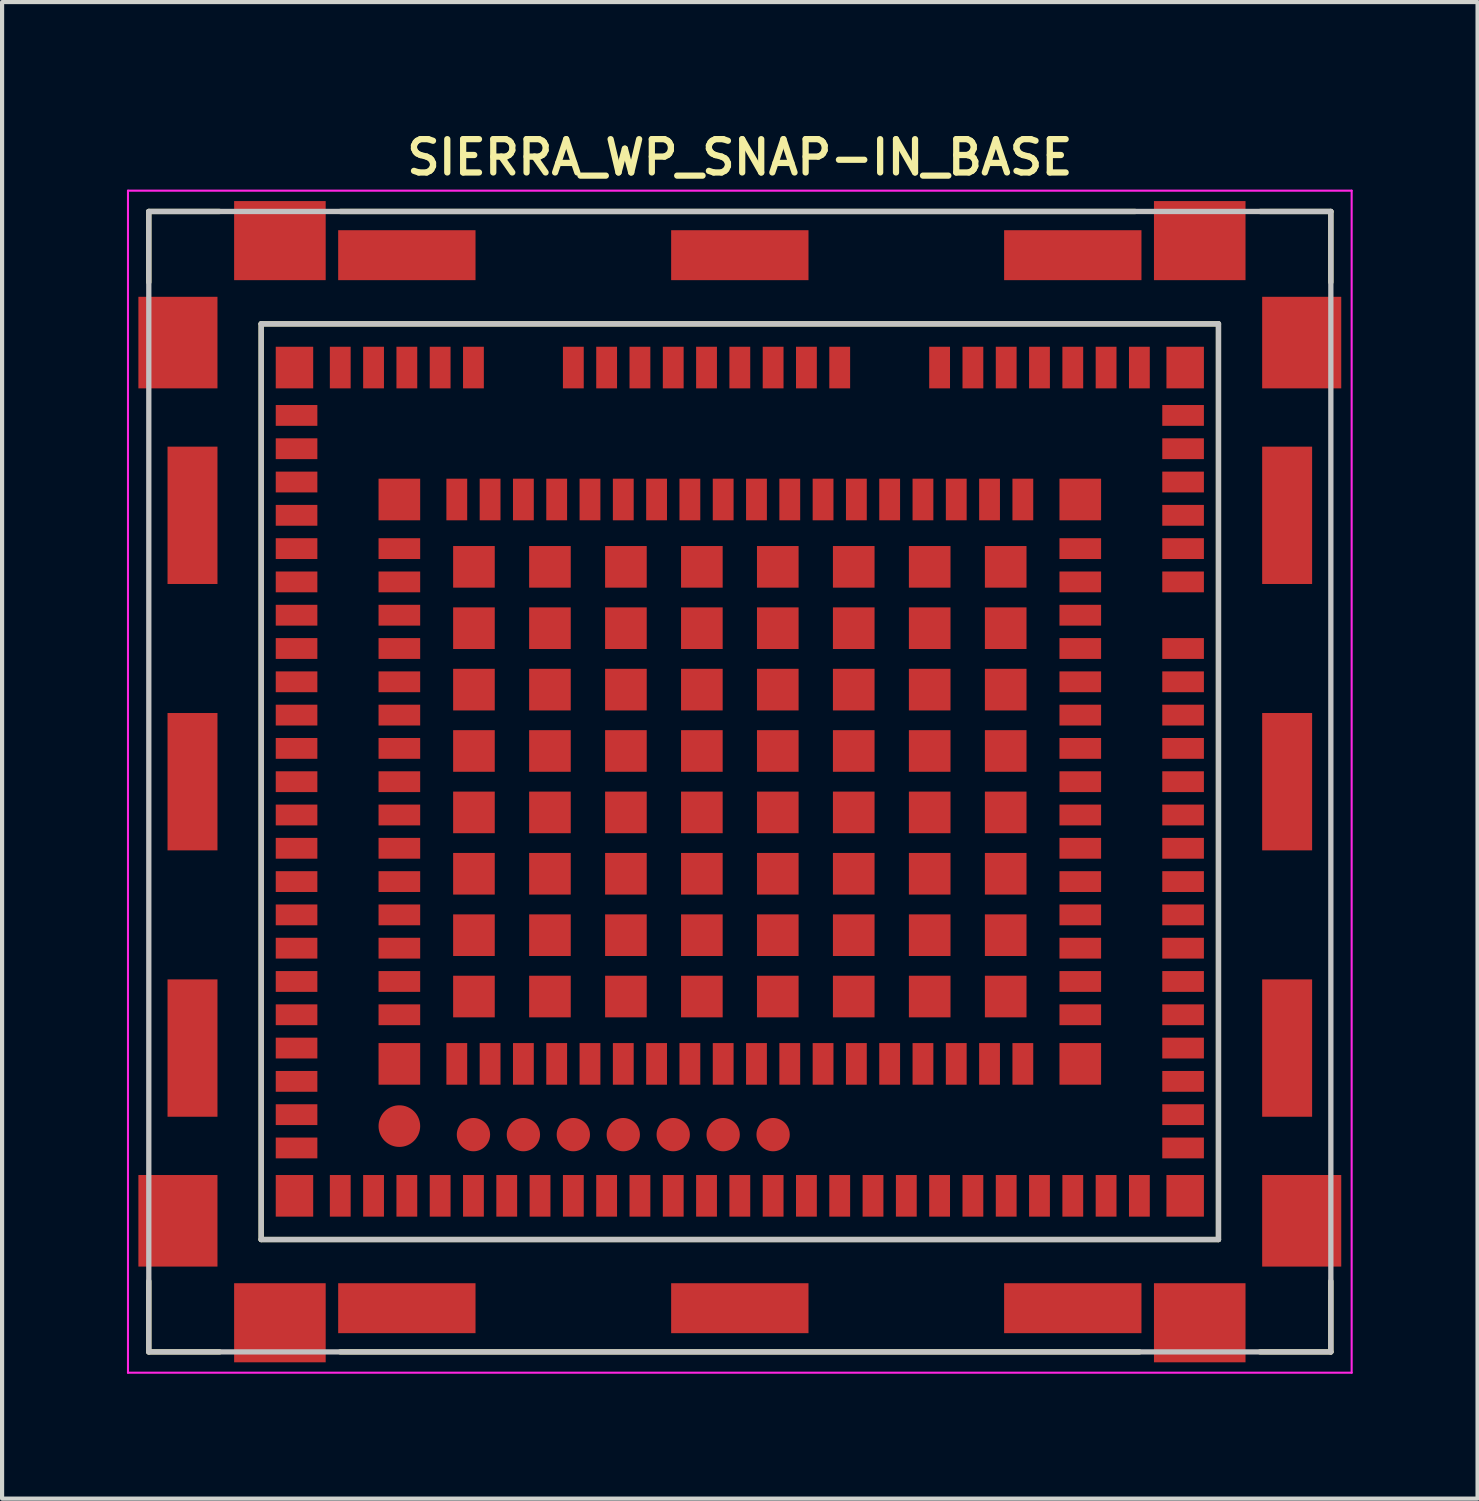
<source format=kicad_pcb>
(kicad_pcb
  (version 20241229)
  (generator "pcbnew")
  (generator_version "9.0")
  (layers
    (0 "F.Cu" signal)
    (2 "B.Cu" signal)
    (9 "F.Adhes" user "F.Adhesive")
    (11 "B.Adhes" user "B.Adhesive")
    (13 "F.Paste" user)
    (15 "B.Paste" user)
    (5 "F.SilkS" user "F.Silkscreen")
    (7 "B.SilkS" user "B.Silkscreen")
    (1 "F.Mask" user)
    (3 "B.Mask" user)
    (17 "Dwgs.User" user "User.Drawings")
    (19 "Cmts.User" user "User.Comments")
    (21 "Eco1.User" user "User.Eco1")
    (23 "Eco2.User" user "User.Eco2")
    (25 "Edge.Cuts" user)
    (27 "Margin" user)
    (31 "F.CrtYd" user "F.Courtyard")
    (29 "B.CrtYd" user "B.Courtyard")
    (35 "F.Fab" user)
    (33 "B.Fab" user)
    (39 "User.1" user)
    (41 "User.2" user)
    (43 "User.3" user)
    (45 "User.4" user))
  (footprint "SIERRA_WP_SNAP-IN_BASE"
    (layer "F.Cu")
    (at 14.725 15.731)
    (property "Reference" "SIERRA_WP_SNAP-IN_BASE" (at 0 -15 0) (layer "F.SilkS") (effects (font (size 0.8 0.8) (thickness 0.15))))
    (attr smd)
    (fp_line (start -14.2 -13.7) (end -14.2 -12) (stroke (width 0.127) (type solid)) (layer "F.SilkS"))
    (fp_line (start -14.2 13.7) (end -14.2 12) (stroke (width 0.127) (type solid)) (layer "F.SilkS"))
    (fp_line (start -12.5 -13.7) (end -14.2 -13.7) (stroke (width 0.127) (type solid)) (layer "F.SilkS"))
    (fp_line (start -12.5 13.7) (end -14.2 13.7) (stroke (width 0.127) (type solid)) (layer "F.SilkS"))
    (fp_line (start -11.5 -11) (end 11.5 -11) (stroke (width 0.127) (type solid)) (layer "F.SilkS"))
    (fp_line (start -11.5 11) (end -11.5 -11) (stroke (width 0.127) (type solid)) (layer "F.SilkS"))
    (fp_line (start -9.6 -13.7) (end 9.5 -13.7) (stroke (width 0.127) (type solid)) (layer "F.SilkS"))
    (fp_line (start -9.6 13.7) (end 9.6 13.7) (stroke (width 0.127) (type solid)) (layer "F.SilkS"))
    (fp_line (start 11.5 -11) (end 11.5 11) (stroke (width 0.127) (type solid)) (layer "F.SilkS"))
    (fp_line (start 11.5 11) (end -11.5 11) (stroke (width 0.127) (type solid)) (layer "F.SilkS"))
    (fp_line (start 12.5 -13.7) (end 14.2 -13.7) (stroke (width 0.127) (type solid)) (layer "F.SilkS"))
    (fp_line (start 12.5 13.7) (end 14.2 13.7) (stroke (width 0.127) (type solid)) (layer "F.SilkS"))
    (fp_line (start 14.2 -13.7) (end 14.2 -12) (stroke (width 0.127) (type solid)) (layer "F.SilkS"))
    (fp_line (start 14.2 13.7) (end 14.2 12) (stroke (width 0.127) (type solid)) (layer "F.SilkS"))
    (fp_line (start -14.2 -13.7) (end -14.2 13.7) (stroke (width 0.127) (type solid)) (layer "Dwgs.User"))
    (fp_line (start -14.2 13.7) (end 14.2 13.7) (stroke (width 0.127) (type solid)) (layer "Dwgs.User"))
    (fp_line (start -11.5 -11) (end 11.5 -11) (stroke (width 0.127) (type solid)) (layer "Dwgs.User"))
    (fp_line (start -11.5 11) (end -11.5 -11) (stroke (width 0.127) (type solid)) (layer "Dwgs.User"))
    (fp_line (start 11.5 -11) (end 11.5 11) (stroke (width 0.127) (type solid)) (layer "Dwgs.User"))
    (fp_line (start 11.5 11) (end -11.5 11) (stroke (width 0.127) (type solid)) (layer "Dwgs.User"))
    (fp_line (start 14.2 -13.7) (end -14.2 -13.7) (stroke (width 0.127) (type solid)) (layer "Dwgs.User"))
    (fp_line (start 14.2 13.7) (end 14.2 -13.7) (stroke (width 0.127) (type solid)) (layer "Dwgs.User"))
    (fp_line (start -11.75 -11.25) (end 11.75 -11.25) (stroke (width 0.05) (type solid)) (layer "Eco1.User"))
    (fp_line (start -11.75 11.25) (end -11.75 -11.25) (stroke (width 0.05) (type solid)) (layer "Eco1.User"))
    (fp_line (start 11.75 -11.25) (end 11.75 11.25) (stroke (width 0.05) (type solid)) (layer "Eco1.User"))
    (fp_line (start 11.75 11.25) (end -11.75 11.25) (stroke (width 0.05) (type solid)) (layer "Eco1.User"))
    (fp_line (start -14.7 -14.2) (end 14.7 -14.2) (stroke (width 0.05) (type solid)) (layer "F.CrtYd"))
    (fp_line (start -14.7 14.2) (end -14.7 -14.2) (stroke (width 0.05) (type solid)) (layer "F.CrtYd"))
    (fp_line (start 14.7 -14.2) (end 14.7 14.2) (stroke (width 0.05) (type solid)) (layer "F.CrtYd"))
    (fp_line (start 14.7 14.2) (end -14.7 14.2) (stroke (width 0.05) (type solid)) (layer "F.CrtYd"))
    (pad "1" smd rect (at -6.8 6.78 90) (size 1 0.5) (layers "F.Cu" "F.Mask" "F.Paste"))
    (pad "2" smd rect (at -6 6.78 90) (size 1 0.5) (layers "F.Cu" "F.Mask" "F.Paste"))
    (pad "3" smd rect (at -5.2 6.78 90) (size 1 0.5) (layers "F.Cu" "F.Mask" "F.Paste"))
    (pad "4" smd rect (at -4.4 6.78 90) (size 1 0.5) (layers "F.Cu" "F.Mask" "F.Paste"))
    (pad "5" smd rect (at -3.6 6.78 90) (size 1 0.5) (layers "F.Cu" "F.Mask" "F.Paste"))
    (pad "6" smd rect (at -2.8 6.78 90) (size 1 0.5) (layers "F.Cu" "F.Mask" "F.Paste"))
    (pad "7" smd rect (at -2 6.78 90) (size 1 0.5) (layers "F.Cu" "F.Mask" "F.Paste"))
    (pad "8" smd rect (at -1.2 6.78 90) (size 1 0.5) (layers "F.Cu" "F.Mask" "F.Paste"))
    (pad "9" smd rect (at -0.4 6.78 90) (size 1 0.5) (layers "F.Cu" "F.Mask" "F.Paste"))
    (pad "10" smd rect (at 0.4 6.78 90) (size 1 0.5) (layers "F.Cu" "F.Mask" "F.Paste"))
    (pad "11" smd rect (at 1.2 6.78 90) (size 1 0.5) (layers "F.Cu" "F.Mask" "F.Paste"))
    (pad "12" smd rect (at 2 6.78 90) (size 1 0.5) (layers "F.Cu" "F.Mask" "F.Paste"))
    (pad "13" smd rect (at 2.8 6.78 90) (size 1 0.5) (layers "F.Cu" "F.Mask" "F.Paste"))
    (pad "14" smd rect (at 3.6 6.78 90) (size 1 0.5) (layers "F.Cu" "F.Mask" "F.Paste"))
    (pad "15" smd rect (at 4.4 6.78 90) (size 1 0.5) (layers "F.Cu" "F.Mask" "F.Paste"))
    (pad "16" smd rect (at 5.2 6.78 90) (size 1 0.5) (layers "F.Cu" "F.Mask" "F.Paste"))
    (pad "17" smd rect (at 6 6.78 90) (size 1 0.5) (layers "F.Cu" "F.Mask" "F.Paste"))
    (pad "18" smd rect (at 6.8 6.78 90) (size 1 0.5) (layers "F.Cu" "F.Mask" "F.Paste"))
    (pad "19" smd rect (at 8.18 5.6 180) (size 1 0.5) (layers "F.Cu" "F.Mask" "F.Paste"))
    (pad "20" smd rect (at 8.18 4.8 180) (size 1 0.5) (layers "F.Cu" "F.Mask" "F.Paste"))
    (pad "21" smd rect (at 8.18 4 180) (size 1 0.5) (layers "F.Cu" "F.Mask" "F.Paste"))
    (pad "22" smd rect (at 8.18 3.2 180) (size 1 0.5) (layers "F.Cu" "F.Mask" "F.Paste"))
    (pad "23" smd rect (at 8.18 2.4 180) (size 1 0.5) (layers "F.Cu" "F.Mask" "F.Paste"))
    (pad "24" smd rect (at 8.18 1.6 180) (size 1 0.5) (layers "F.Cu" "F.Mask" "F.Paste"))
    (pad "25" smd rect (at 8.18 0.8 180) (size 1 0.5) (layers "F.Cu" "F.Mask" "F.Paste"))
    (pad "26" smd rect (at 8.18 0 180) (size 1 0.5) (layers "F.Cu" "F.Mask" "F.Paste"))
    (pad "27" smd rect (at 8.18 -0.8 180) (size 1 0.5) (layers "F.Cu" "F.Mask" "F.Paste"))
    (pad "28" smd rect (at 8.18 -1.6 180) (size 1 0.5) (layers "F.Cu" "F.Mask" "F.Paste"))
    (pad "29" smd rect (at 8.18 -2.4 180) (size 1 0.5) (layers "F.Cu" "F.Mask" "F.Paste"))
    (pad "30" smd rect (at 8.18 -3.2 180) (size 1 0.5) (layers "F.Cu" "F.Mask" "F.Paste"))
    (pad "31" smd rect (at 8.18 -4 180) (size 1 0.5) (layers "F.Cu" "F.Mask" "F.Paste"))
    (pad "32" smd rect (at 8.18 -4.8 180) (size 1 0.5) (layers "F.Cu" "F.Mask" "F.Paste"))
    (pad "33" smd rect (at 8.18 -5.6 180) (size 1 0.5) (layers "F.Cu" "F.Mask" "F.Paste"))
    (pad "34" smd rect (at 6.8 -6.78 270) (size 1 0.5) (layers "F.Cu" "F.Mask" "F.Paste"))
    (pad "35" smd rect (at 6 -6.78 270) (size 1 0.5) (layers "F.Cu" "F.Mask" "F.Paste"))
    (pad "36" smd rect (at 5.2 -6.78 270) (size 1 0.5) (layers "F.Cu" "F.Mask" "F.Paste"))
    (pad "37" smd rect (at 4.4 -6.78 270) (size 1 0.5) (layers "F.Cu" "F.Mask" "F.Paste"))
    (pad "38" smd rect (at 3.6 -6.78 270) (size 1 0.5) (layers "F.Cu" "F.Mask" "F.Paste"))
    (pad "39" smd rect (at 2.8 -6.78 270) (size 1 0.5) (layers "F.Cu" "F.Mask" "F.Paste"))
    (pad "40" smd rect (at 2 -6.78 270) (size 1 0.5) (layers "F.Cu" "F.Mask" "F.Paste"))
    (pad "41" smd rect (at 1.2 -6.78 270) (size 1 0.5) (layers "F.Cu" "F.Mask" "F.Paste"))
    (pad "42" smd rect (at 0.4 -6.78 270) (size 1 0.5) (layers "F.Cu" "F.Mask" "F.Paste"))
    (pad "43" smd rect (at -0.4 -6.78 270) (size 1 0.5) (layers "F.Cu" "F.Mask" "F.Paste"))
    (pad "44" smd rect (at -1.2 -6.78 270) (size 1 0.5) (layers "F.Cu" "F.Mask" "F.Paste"))
    (pad "45" smd rect (at -2 -6.78 270) (size 1 0.5) (layers "F.Cu" "F.Mask" "F.Paste"))
    (pad "46" smd rect (at -2.8 -6.78 270) (size 1 0.5) (layers "F.Cu" "F.Mask" "F.Paste"))
    (pad "47" smd rect (at -3.6 -6.78 270) (size 1 0.5) (layers "F.Cu" "F.Mask" "F.Paste"))
    (pad "48" smd rect (at -4.4 -6.78 270) (size 1 0.5) (layers "F.Cu" "F.Mask" "F.Paste"))
    (pad "49" smd rect (at -5.2 -6.78 270) (size 1 0.5) (layers "F.Cu" "F.Mask" "F.Paste"))
    (pad "50" smd rect (at -6 -6.78 270) (size 1 0.5) (layers "F.Cu" "F.Mask" "F.Paste"))
    (pad "51" smd rect (at -6.8 -6.78 270) (size 1 0.5) (layers "F.Cu" "F.Mask" "F.Paste"))
    (pad "52" smd rect (at -8.18 -5.6) (size 1 0.5) (layers "F.Cu" "F.Mask" "F.Paste"))
    (pad "53" smd rect (at -8.18 -4.8) (size 1 0.5) (layers "F.Cu" "F.Mask" "F.Paste"))
    (pad "54" smd rect (at -8.18 -4) (size 1 0.5) (layers "F.Cu" "F.Mask" "F.Paste"))
    (pad "55" smd rect (at -8.18 -3.2) (size 1 0.5) (layers "F.Cu" "F.Mask" "F.Paste"))
    (pad "56" smd rect (at -8.18 -2.4) (size 1 0.5) (layers "F.Cu" "F.Mask" "F.Paste"))
    (pad "57" smd rect (at -8.18 -1.6) (size 1 0.5) (layers "F.Cu" "F.Mask" "F.Paste"))
    (pad "58" smd rect (at -8.18 -0.8) (size 1 0.5) (layers "F.Cu" "F.Mask" "F.Paste"))
    (pad "59" smd rect (at -8.18 0) (size 1 0.5) (layers "F.Cu" "F.Mask" "F.Paste"))
    (pad "60" smd rect (at -8.18 0.8) (size 1 0.5) (layers "F.Cu" "F.Mask" "F.Paste"))
    (pad "61" smd rect (at -8.18 1.6) (size 1 0.5) (layers "F.Cu" "F.Mask" "F.Paste"))
    (pad "62" smd rect (at -8.18 2.4) (size 1 0.5) (layers "F.Cu" "F.Mask" "F.Paste"))
    (pad "63" smd rect (at -8.18 3.2) (size 1 0.5) (layers "F.Cu" "F.Mask" "F.Paste"))
    (pad "64" smd rect (at -8.18 4) (size 1 0.5) (layers "F.Cu" "F.Mask" "F.Paste"))
    (pad "65" smd rect (at -8.18 4.8) (size 1 0.5) (layers "F.Cu" "F.Mask" "F.Paste"))
    (pad "66" smd rect (at -8.18 5.6) (size 1 0.5) (layers "F.Cu" "F.Mask" "F.Paste"))
    (pad "67" smd rect (at -8.18 6.78) (size 1 1) (layers "F.Cu" "F.Mask" "F.Paste"))
    (pad "68" smd rect (at 8.18 6.78) (size 1 1) (layers "F.Cu" "F.Mask" "F.Paste"))
    (pad "69" smd rect (at 8.18 -6.78) (size 1 1) (layers "F.Cu" "F.Mask" "F.Paste"))
    (pad "70" smd rect (at -8.18 -6.78) (size 1 1) (layers "F.Cu" "F.Mask" "F.Paste"))
    (pad "71" smd rect (at -9.6 9.95 90) (size 1 0.5) (layers "F.Cu" "F.Mask" "F.Paste"))
    (pad "72" smd rect (at -8.8 9.95 90) (size 1 0.5) (layers "F.Cu" "F.Mask" "F.Paste"))
    (pad "73" smd rect (at -8 9.95 90) (size 1 0.5) (layers "F.Cu" "F.Mask" "F.Paste"))
    (pad "74" smd rect (at -7.2 9.95 90) (size 1 0.5) (layers "F.Cu" "F.Mask" "F.Paste"))
    (pad "75" smd rect (at -6.4 9.95 90) (size 1 0.5) (layers "F.Cu" "F.Mask" "F.Paste"))
    (pad "76" smd rect (at -5.6 9.95 90) (size 1 0.5) (layers "F.Cu" "F.Mask" "F.Paste"))
    (pad "77" smd rect (at -4.8 9.95 90) (size 1 0.5) (layers "F.Cu" "F.Mask" "F.Paste"))
    (pad "78" smd rect (at -4 9.95 90) (size 1 0.5) (layers "F.Cu" "F.Mask" "F.Paste"))
    (pad "79" smd rect (at -3.2 9.95 90) (size 1 0.5) (layers "F.Cu" "F.Mask" "F.Paste"))
    (pad "80" smd rect (at -2.4 9.95 90) (size 1 0.5) (layers "F.Cu" "F.Mask" "F.Paste"))
    (pad "81" smd rect (at -1.6 9.95 90) (size 1 0.5) (layers "F.Cu" "F.Mask" "F.Paste"))
    (pad "82" smd rect (at -0.8 9.95 90) (size 1 0.5) (layers "F.Cu" "F.Mask" "F.Paste"))
    (pad "83" smd rect (at 0 9.95 90) (size 1 0.5) (layers "F.Cu" "F.Mask" "F.Paste"))
    (pad "84" smd rect (at 0.8 9.95 90) (size 1 0.5) (layers "F.Cu" "F.Mask" "F.Paste"))
    (pad "85" smd rect (at 1.6 9.95 90) (size 1 0.5) (layers "F.Cu" "F.Mask" "F.Paste"))
    (pad "86" smd rect (at 2.4 9.95 90) (size 1 0.5) (layers "F.Cu" "F.Mask" "F.Paste"))
    (pad "87" smd rect (at 3.2 9.95 90) (size 1 0.5) (layers "F.Cu" "F.Mask" "F.Paste"))
    (pad "88" smd rect (at 4 9.95 90) (size 1 0.5) (layers "F.Cu" "F.Mask" "F.Paste"))
    (pad "89" smd rect (at 4.8 9.95 90) (size 1 0.5) (layers "F.Cu" "F.Mask" "F.Paste"))
    (pad "90" smd rect (at 5.6 9.95 90) (size 1 0.5) (layers "F.Cu" "F.Mask" "F.Paste"))
    (pad "91" smd rect (at 6.4 9.95 90) (size 1 0.5) (layers "F.Cu" "F.Mask" "F.Paste"))
    (pad "92" smd rect (at 7.2 9.95 90) (size 1 0.5) (layers "F.Cu" "F.Mask" "F.Paste"))
    (pad "93" smd rect (at 8 9.95 90) (size 1 0.5) (layers "F.Cu" "F.Mask" "F.Paste"))
    (pad "94" smd rect (at 8.8 9.95 90) (size 1 0.5) (layers "F.Cu" "F.Mask" "F.Paste"))
    (pad "95" smd rect (at 9.6 9.95 90) (size 1 0.5) (layers "F.Cu" "F.Mask" "F.Paste"))
    (pad "96" smd rect (at 10.65 8.8 180) (size 1 0.5) (layers "F.Cu" "F.Mask" "F.Paste"))
    (pad "97" smd rect (at 10.65 8 180) (size 1 0.5) (layers "F.Cu" "F.Mask" "F.Paste"))
    (pad "98" smd rect (at 10.65 7.2 180) (size 1 0.5) (layers "F.Cu" "F.Mask" "F.Paste"))
    (pad "99" smd rect (at 10.65 6.4 180) (size 1 0.5) (layers "F.Cu" "F.Mask" "F.Paste"))
    (pad "100" smd rect (at 10.65 5.6 180) (size 1 0.5) (layers "F.Cu" "F.Mask" "F.Paste"))
    (pad "101" smd rect (at 10.65 4.8 180) (size 1 0.5) (layers "F.Cu" "F.Mask" "F.Paste"))
    (pad "102" smd rect (at 10.65 4 180) (size 1 0.5) (layers "F.Cu" "F.Mask" "F.Paste"))
    (pad "103" smd rect (at 10.65 3.2 180) (size 1 0.5) (layers "F.Cu" "F.Mask" "F.Paste"))
    (pad "104" smd rect (at 10.65 2.4 180) (size 1 0.5) (layers "F.Cu" "F.Mask" "F.Paste"))
    (pad "105" smd rect (at 10.65 1.6 180) (size 1 0.5) (layers "F.Cu" "F.Mask" "F.Paste"))
    (pad "106" smd rect (at 10.65 0.8 180) (size 1 0.5) (layers "F.Cu" "F.Mask" "F.Paste"))
    (pad "107" smd rect (at 10.65 0 180) (size 1 0.5) (layers "F.Cu" "F.Mask" "F.Paste"))
    (pad "108" smd rect (at 10.65 -0.8 180) (size 1 0.5) (layers "F.Cu" "F.Mask" "F.Paste"))
    (pad "109" smd rect (at 10.65 -1.6 180) (size 1 0.5) (layers "F.Cu" "F.Mask" "F.Paste"))
    (pad "110" smd rect (at 10.65 -2.4 180) (size 1 0.5) (layers "F.Cu" "F.Mask" "F.Paste"))
    (pad "111" smd rect (at 10.65 -3.2 180) (size 1 0.5) (layers "F.Cu" "F.Mask" "F.Paste"))
    (pad "113" smd rect (at 10.65 -4.8 180) (size 1 0.5) (layers "F.Cu" "F.Mask" "F.Paste"))
    (pad "114" smd rect (at 10.65 -5.6 180) (size 1 0.5) (layers "F.Cu" "F.Mask" "F.Paste"))
    (pad "115" smd rect (at 10.65 -6.4 180) (size 1 0.5) (layers "F.Cu" "F.Mask" "F.Paste"))
    (pad "116" smd rect (at 10.65 -7.2 180) (size 1 0.5) (layers "F.Cu" "F.Mask" "F.Paste"))
    (pad "117" smd rect (at 10.65 -8 180) (size 1 0.5) (layers "F.Cu" "F.Mask" "F.Paste"))
    (pad "118" smd rect (at 10.65 -8.8 180) (size 1 0.5) (layers "F.Cu" "F.Mask" "F.Paste"))
    (pad "119" smd rect (at 9.6 -9.95 270) (size 1 0.5) (layers "F.Cu" "F.Mask" "F.Paste"))
    (pad "120" smd rect (at 8.8 -9.95 270) (size 1 0.5) (layers "F.Cu" "F.Mask" "F.Paste"))
    (pad "121" smd rect (at 8 -9.95 270) (size 1 0.5) (layers "F.Cu" "F.Mask" "F.Paste"))
    (pad "122" smd rect (at 7.2 -9.95 270) (size 1 0.5) (layers "F.Cu" "F.Mask" "F.Paste"))
    (pad "123" smd rect (at 6.4 -9.95 270) (size 1 0.5) (layers "F.Cu" "F.Mask" "F.Paste"))
    (pad "124" smd rect (at 5.6 -9.95 270) (size 1 0.5) (layers "F.Cu" "F.Mask" "F.Paste"))
    (pad "125" smd rect (at 4.8 -9.95 270) (size 1 0.5) (layers "F.Cu" "F.Mask" "F.Paste"))
    (pad "128" smd rect (at 2.4 -9.95 270) (size 1 0.5) (layers "F.Cu" "F.Mask" "F.Paste"))
    (pad "129" smd rect (at 1.6 -9.95 270) (size 1 0.5) (layers "F.Cu" "F.Mask" "F.Paste"))
    (pad "130" smd rect (at 0.8 -9.95 270) (size 1 0.5) (layers "F.Cu" "F.Mask" "F.Paste"))
    (pad "131" smd rect (at 0 -9.95 270) (size 1 0.5) (layers "F.Cu" "F.Mask" "F.Paste"))
    (pad "132" smd rect (at -0.8 -9.95 270) (size 1 0.5) (layers "F.Cu" "F.Mask" "F.Paste"))
    (pad "133" smd rect (at -1.6 -9.95 270) (size 1 0.5) (layers "F.Cu" "F.Mask" "F.Paste"))
    (pad "134" smd rect (at -2.4 -9.95 270) (size 1 0.5) (layers "F.Cu" "F.Mask" "F.Paste"))
    (pad "135" smd rect (at -3.2 -9.95 270) (size 1 0.5) (layers "F.Cu" "F.Mask" "F.Paste"))
    (pad "136" smd rect (at -4 -9.95 270) (size 1 0.5) (layers "F.Cu" "F.Mask" "F.Paste"))
    (pad "139" smd rect (at -6.4 -9.95 270) (size 1 0.5) (layers "F.Cu" "F.Mask" "F.Paste"))
    (pad "140" smd rect (at -7.2 -9.95 270) (size 1 0.5) (layers "F.Cu" "F.Mask" "F.Paste"))
    (pad "141" smd rect (at -8 -9.95 270) (size 1 0.5) (layers "F.Cu" "F.Mask" "F.Paste"))
    (pad "142" smd rect (at -8.8 -9.95 270) (size 1 0.5) (layers "F.Cu" "F.Mask" "F.Paste"))
    (pad "143" smd rect (at -9.6 -9.95 270) (size 1 0.5) (layers "F.Cu" "F.Mask" "F.Paste"))
    (pad "144" smd rect (at -10.65 -8.8) (size 1 0.5) (layers "F.Cu" "F.Mask" "F.Paste"))
    (pad "145" smd rect (at -10.65 -8) (size 1 0.5) (layers "F.Cu" "F.Mask" "F.Paste"))
    (pad "146" smd rect (at -10.65 -7.2) (size 1 0.5) (layers "F.Cu" "F.Mask" "F.Paste"))
    (pad "147" smd rect (at -10.65 -6.4) (size 1 0.5) (layers "F.Cu" "F.Mask" "F.Paste"))
    (pad "148" smd rect (at -10.65 -5.6) (size 1 0.5) (layers "F.Cu" "F.Mask" "F.Paste"))
    (pad "149" smd rect (at -10.65 -4.8) (size 1 0.5) (layers "F.Cu" "F.Mask" "F.Paste"))
    (pad "150" smd rect (at -10.65 -4) (size 1 0.5) (layers "F.Cu" "F.Mask" "F.Paste"))
    (pad "151" smd rect (at -10.65 -3.2) (size 1 0.5) (layers "F.Cu" "F.Mask" "F.Paste"))
    (pad "152" smd rect (at -10.65 -2.4) (size 1 0.5) (layers "F.Cu" "F.Mask" "F.Paste"))
    (pad "153" smd rect (at -10.65 -1.6) (size 1 0.5) (layers "F.Cu" "F.Mask" "F.Paste"))
    (pad "154" smd rect (at -10.65 -0.8) (size 1 0.5) (layers "F.Cu" "F.Mask" "F.Paste"))
    (pad "155" smd rect (at -10.65 0) (size 1 0.5) (layers "F.Cu" "F.Mask" "F.Paste"))
    (pad "156" smd rect (at -10.65 0.8) (size 1 0.5) (layers "F.Cu" "F.Mask" "F.Paste"))
    (pad "157" smd rect (at -10.65 1.6) (size 1 0.5) (layers "F.Cu" "F.Mask" "F.Paste"))
    (pad "158" smd rect (at -10.65 2.4) (size 1 0.5) (layers "F.Cu" "F.Mask" "F.Paste"))
    (pad "159" smd rect (at -10.65 3.2) (size 1 0.5) (layers "F.Cu" "F.Mask" "F.Paste"))
    (pad "160" smd rect (at -10.65 4) (size 1 0.5) (layers "F.Cu" "F.Mask" "F.Paste"))
    (pad "161" smd rect (at -10.65 4.8) (size 1 0.5) (layers "F.Cu" "F.Mask" "F.Paste"))
    (pad "162" smd rect (at -10.65 5.6) (size 1 0.5) (layers "F.Cu" "F.Mask" "F.Paste"))
    (pad "163" smd rect (at -10.65 6.4) (size 1 0.5) (layers "F.Cu" "F.Mask" "F.Paste"))
    (pad "164" smd rect (at -10.65 7.2) (size 1 0.5) (layers "F.Cu" "F.Mask" "F.Paste"))
    (pad "165" smd rect (at -10.65 8) (size 1 0.5) (layers "F.Cu" "F.Mask" "F.Paste"))
    (pad "166" smd rect (at -10.65 8.8) (size 1 0.5) (layers "F.Cu" "F.Mask" "F.Paste"))
    (pad "167" smd rect (at -10.7 9.95) (size 0.9 1) (layers "F.Cu" "F.Mask" "F.Paste"))
    (pad "168" smd rect (at 10.7 9.95) (size 0.9 1) (layers "F.Cu" "F.Mask" "F.Paste"))
    (pad "169" smd rect (at 10.7 -9.95) (size 0.9 1) (layers "F.Cu" "F.Mask" "F.Paste"))
    (pad "170" smd rect (at -10.7 -9.95) (size 0.9 1) (layers "F.Cu" "F.Mask" "F.Paste"))
    (pad "171" smd rect (at -6.388 5.162 180) (size 1 1) (layers "F.Cu" "F.Mask" "F.Paste"))
    (pad "172" smd rect (at -6.388 3.688 180) (size 1 1) (layers "F.Cu" "F.Mask" "F.Paste"))
    (pad "173" smd rect (at -6.388 2.212 180) (size 1 1) (layers "F.Cu" "F.Mask" "F.Paste"))
    (pad "174" smd rect (at -6.388 0.738 180) (size 1 1) (layers "F.Cu" "F.Mask" "F.Paste"))
    (pad "175" smd rect (at -6.388 -0.738) (size 1 1) (layers "F.Cu" "F.Mask" "F.Paste"))
    (pad "176" smd rect (at -6.388 -2.212) (size 1 1) (layers "F.Cu" "F.Mask" "F.Paste"))
    (pad "177" smd rect (at -6.388 -3.688) (size 1 1) (layers "F.Cu" "F.Mask" "F.Paste"))
    (pad "178" smd rect (at -6.388 -5.162) (size 1 1) (layers "F.Cu" "F.Mask" "F.Paste"))
    (pad "179" smd rect (at -4.562 -5.162) (size 1 1) (layers "F.Cu" "F.Mask" "F.Paste"))
    (pad "180" smd rect (at -2.737 -5.162) (size 1 1) (layers "F.Cu" "F.Mask" "F.Paste"))
    (pad "181" smd rect (at -0.912 -5.162) (size 1 1) (layers "F.Cu" "F.Mask" "F.Paste"))
    (pad "182" smd rect (at 0.912 -5.162) (size 1 1) (layers "F.Cu" "F.Mask" "F.Paste"))
    (pad "183" smd rect (at 2.737 -5.162) (size 1 1) (layers "F.Cu" "F.Mask" "F.Paste"))
    (pad "184" smd rect (at 4.562 -5.162) (size 1 1) (layers "F.Cu" "F.Mask" "F.Paste"))
    (pad "185" smd rect (at 6.388 -5.162) (size 1 1) (layers "F.Cu" "F.Mask" "F.Paste"))
    (pad "186" smd rect (at 6.388 -3.688) (size 1 1) (layers "F.Cu" "F.Mask" "F.Paste"))
    (pad "187" smd rect (at 6.388 -2.212) (size 1 1) (layers "F.Cu" "F.Mask" "F.Paste"))
    (pad "188" smd rect (at 6.388 -0.738) (size 1 1) (layers "F.Cu" "F.Mask" "F.Paste"))
    (pad "189" smd rect (at 6.388 0.738 180) (size 1 1) (layers "F.Cu" "F.Mask" "F.Paste"))
    (pad "190" smd rect (at 6.388 2.212 180) (size 1 1) (layers "F.Cu" "F.Mask" "F.Paste"))
    (pad "191" smd rect (at 6.388 3.688 180) (size 1 1) (layers "F.Cu" "F.Mask" "F.Paste"))
    (pad "192" smd rect (at 6.388 5.162 180) (size 1 1) (layers "F.Cu" "F.Mask" "F.Paste"))
    (pad "193" smd rect (at 4.562 5.162 180) (size 1 1) (layers "F.Cu" "F.Mask" "F.Paste"))
    (pad "194" smd rect (at 2.737 5.162 180) (size 1 1) (layers "F.Cu" "F.Mask" "F.Paste"))
    (pad "195" smd rect (at 0.912 5.162 180) (size 1 1) (layers "F.Cu" "F.Mask" "F.Paste"))
    (pad "196" smd rect (at -0.912 5.162 180) (size 1 1) (layers "F.Cu" "F.Mask" "F.Paste"))
    (pad "197" smd rect (at -2.737 5.162 180) (size 1 1) (layers "F.Cu" "F.Mask" "F.Paste"))
    (pad "198" smd rect (at -4.562 5.162 180) (size 1 1) (layers "F.Cu" "F.Mask" "F.Paste"))
    (pad "199" smd rect (at -4.562 3.688 180) (size 1 1) (layers "F.Cu" "F.Mask" "F.Paste"))
    (pad "200" smd rect (at -4.562 2.212 180) (size 1 1) (layers "F.Cu" "F.Mask" "F.Paste"))
    (pad "201" smd rect (at -4.562 0.738 180) (size 1 1) (layers "F.Cu" "F.Mask" "F.Paste"))
    (pad "202" smd rect (at -4.562 -0.738) (size 1 1) (layers "F.Cu" "F.Mask" "F.Paste"))
    (pad "203" smd rect (at -4.562 -2.212) (size 1 1) (layers "F.Cu" "F.Mask" "F.Paste"))
    (pad "204" smd rect (at -4.562 -3.688) (size 1 1) (layers "F.Cu" "F.Mask" "F.Paste"))
    (pad "205" smd rect (at -2.737 -3.688) (size 1 1) (layers "F.Cu" "F.Mask" "F.Paste"))
    (pad "206" smd rect (at -0.912 -3.688) (size 1 1) (layers "F.Cu" "F.Mask" "F.Paste"))
    (pad "207" smd rect (at 0.912 -3.688) (size 1 1) (layers "F.Cu" "F.Mask" "F.Paste"))
    (pad "208" smd rect (at 2.737 -3.688) (size 1 1) (layers "F.Cu" "F.Mask" "F.Paste"))
    (pad "209" smd rect (at 4.562 -3.688) (size 1 1) (layers "F.Cu" "F.Mask" "F.Paste"))
    (pad "210" smd rect (at 4.562 -2.212) (size 1 1) (layers "F.Cu" "F.Mask" "F.Paste"))
    (pad "211" smd rect (at 4.562 -0.738) (size 1 1) (layers "F.Cu" "F.Mask" "F.Paste"))
    (pad "212" smd rect (at 4.562 0.738 180) (size 1 1) (layers "F.Cu" "F.Mask" "F.Paste"))
    (pad "213" smd rect (at 4.562 2.212 180) (size 1 1) (layers "F.Cu" "F.Mask" "F.Paste"))
    (pad "214" smd rect (at 4.562 3.688 180) (size 1 1) (layers "F.Cu" "F.Mask" "F.Paste"))
    (pad "215" smd rect (at 2.737 3.688 180) (size 1 1) (layers "F.Cu" "F.Mask" "F.Paste"))
    (pad "216" smd rect (at 0.912 3.688 180) (size 1 1) (layers "F.Cu" "F.Mask" "F.Paste"))
    (pad "217" smd rect (at -0.912 3.688 180) (size 1 1) (layers "F.Cu" "F.Mask" "F.Paste"))
    (pad "218" smd rect (at -2.737 3.688 180) (size 1 1) (layers "F.Cu" "F.Mask" "F.Paste"))
    (pad "219" smd rect (at -2.737 2.212 180) (size 1 1) (layers "F.Cu" "F.Mask" "F.Paste"))
    (pad "220" smd rect (at -2.737 0.738 180) (size 1 1) (layers "F.Cu" "F.Mask" "F.Paste"))
    (pad "221" smd rect (at -2.737 -0.738) (size 1 1) (layers "F.Cu" "F.Mask" "F.Paste"))
    (pad "222" smd rect (at -2.737 -2.212) (size 1 1) (layers "F.Cu" "F.Mask" "F.Paste"))
    (pad "223" smd rect (at -0.912 -2.212) (size 1 1) (layers "F.Cu" "F.Mask" "F.Paste"))
    (pad "224" smd rect (at 0.912 -2.212) (size 1 1) (layers "F.Cu" "F.Mask" "F.Paste"))
    (pad "225" smd rect (at 2.737 -2.212) (size 1 1) (layers "F.Cu" "F.Mask" "F.Paste"))
    (pad "226" smd rect (at 2.737 -0.738) (size 1 1) (layers "F.Cu" "F.Mask" "F.Paste"))
    (pad "227" smd rect (at 2.737 0.738 180) (size 1 1) (layers "F.Cu" "F.Mask" "F.Paste"))
    (pad "228" smd rect (at 2.737 2.212 180) (size 1 1) (layers "F.Cu" "F.Mask" "F.Paste"))
    (pad "229" smd rect (at 0.912 2.212 180) (size 1 1) (layers "F.Cu" "F.Mask" "F.Paste"))
    (pad "230" smd rect (at -0.912 2.212 180) (size 1 1) (layers "F.Cu" "F.Mask" "F.Paste"))
    (pad "231" smd rect (at -0.912 0.738 180) (size 1 1) (layers "F.Cu" "F.Mask" "F.Paste"))
    (pad "232" smd rect (at -0.912 -0.738) (size 1 1) (layers "F.Cu" "F.Mask" "F.Paste"))
    (pad "233" smd rect (at 0.912 -0.738) (size 1 1) (layers "F.Cu" "F.Mask" "F.Paste"))
    (pad "234" smd rect (at 0.912 0.738 180) (size 1 1) (layers "F.Cu" "F.Mask" "F.Paste"))
    (pad "236" smd circle (at -6.4 8.48) (size 0.8 0.8) (layers "F.Cu" "F.Mask" "F.Paste"))
    (pad "237" smd circle (at -5.2 8.48) (size 0.8 0.8) (layers "F.Cu" "F.Mask" "F.Paste"))
    (pad "238" smd circle (at -4 8.48) (size 0.8 0.8) (layers "F.Cu" "F.Mask" "F.Paste"))
    (pad "239" smd circle (at -2.8 8.48) (size 0.8 0.8) (layers "F.Cu" "F.Mask" "F.Paste"))
    (pad "240" smd circle (at -1.6 8.48) (size 0.8 0.8) (layers "F.Cu" "F.Mask" "F.Paste"))
    (pad "241" smd circle (at -0.4 8.48) (size 0.8 0.8) (layers "F.Cu" "F.Mask" "F.Paste"))
    (pad "242" smd circle (at 0.8 8.48) (size 0.8 0.8) (layers "F.Cu" "F.Mask" "F.Paste"))
    (pad "G1" smd rect (at -11.05 13 270) (size 1.9 2.2) (layers "F.Cu" "F.Mask" "F.Paste"))
    (pad "G2" smd rect (at 11.05 13 270) (size 1.9 2.2) (layers "F.Cu" "F.Mask" "F.Paste"))
    (pad "G3" smd rect (at 13.5 10.55) (size 1.9 2.2) (layers "F.Cu" "F.Mask" "F.Paste"))
    (pad "G4" smd rect (at 13.5 -10.55) (size 1.9 2.2) (layers "F.Cu" "F.Mask" "F.Paste"))
    (pad "G5" smd rect (at 11.05 -13 90) (size 1.9 2.2) (layers "F.Cu" "F.Mask" "F.Paste"))
    (pad "G6" smd rect (at -11.05 -13 90) (size 1.9 2.2) (layers "F.Cu" "F.Mask" "F.Paste"))
    (pad "G7" smd rect (at -13.5 -10.55) (size 1.9 2.2) (layers "F.Cu" "F.Mask" "F.Paste"))
    (pad "G8" smd rect (at -13.5 10.55 180) (size 1.9 2.2) (layers "F.Cu" "F.Mask" "F.Paste"))
    (pad "G9" smd rect (at -8 12.65) (size 3.3 1.2) (layers "F.Cu" "F.Mask" "F.Paste"))
    (pad "G10" smd rect (at 0 12.65) (size 3.3 1.2) (layers "F.Cu" "F.Mask" "F.Paste"))
    (pad "G11" smd rect (at 8 12.65) (size 3.3 1.2) (layers "F.Cu" "F.Mask" "F.Paste"))
    (pad "G12" smd rect (at 13.15 6.4 90) (size 3.3 1.2) (layers "F.Cu" "F.Mask" "F.Paste"))
    (pad "G13" smd rect (at 13.15 0 90) (size 3.3 1.2) (layers "F.Cu" "F.Mask" "F.Paste"))
    (pad "G14" smd rect (at 13.15 -6.4 90) (size 3.3 1.2) (layers "F.Cu" "F.Mask" "F.Paste"))
    (pad "G15" smd rect (at 8 -12.65 180) (size 3.3 1.2) (layers "F.Cu" "F.Mask" "F.Paste"))
    (pad "G16" smd rect (at 0 -12.65 180) (size 3.3 1.2) (layers "F.Cu" "F.Mask" "F.Paste"))
    (pad "G17" smd rect (at -8 -12.65 180) (size 3.3 1.2) (layers "F.Cu" "F.Mask" "F.Paste"))
    (pad "G18" smd rect (at -13.15 -6.4 270) (size 3.3 1.2) (layers "F.Cu" "F.Mask" "F.Paste"))
    (pad "G19" smd rect (at -13.15 0 270) (size 3.3 1.2) (layers "F.Cu" "F.Mask" "F.Paste"))
    (pad "G20" smd rect (at -13.15 6.4 270) (size 3.3 1.2) (layers "F.Cu" "F.Mask" "F.Paste"))
    (pad "PM1" smd circle (at -8.18 8.275) (size 1 1) (layers "F.Cu" "F.Mask" "F.Paste")))
  (gr_rect
    (start -3 -3)
    (end 32.45 32.956)
    (stroke (width 0.1) (type default))
    (fill no)
    (layer "Edge.Cuts")))
</source>
